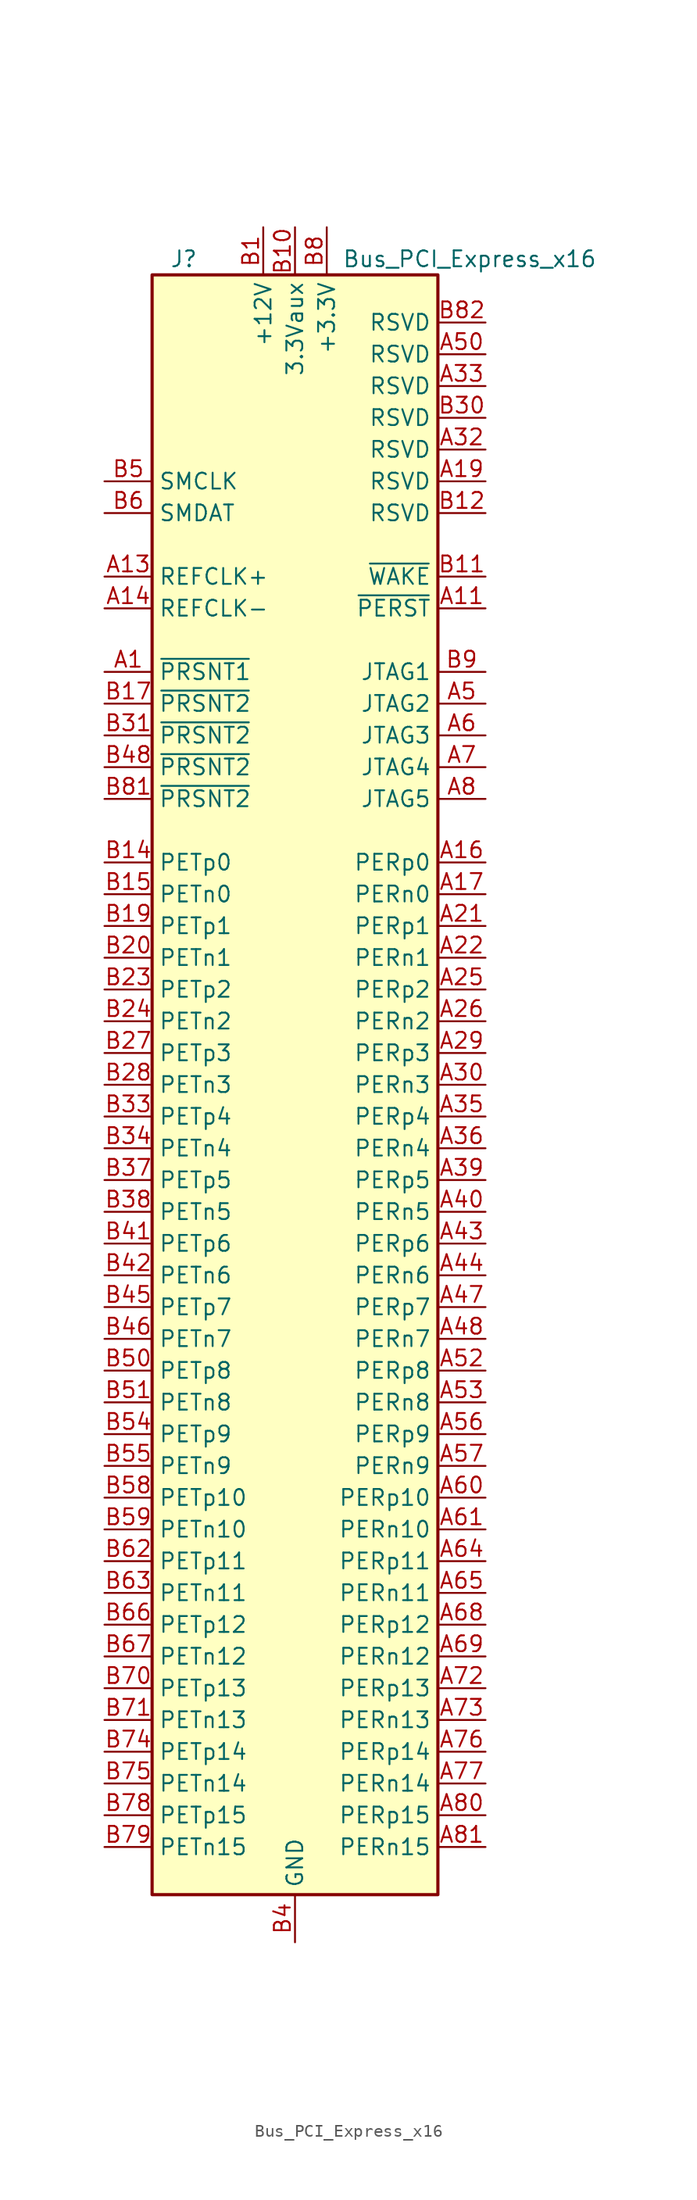
<source format=kicad_sym>
(kicad_symbol_lib
  (version 20211014)
  (generator kicad_symbol_editor)
  (symbol "Bus_PCI_Express_x16"
    (property "Reference" "J"
      (at -8.89 66.04 0)
      (effects (font (size 1.27 1.27))))
    (property "Value" "Bus_PCI_Express_x16"
      (at 13.97 66.04 0)
      (effects (font (size 1.27 1.27))))
    (symbol "Bus_PCI_Express_x16_0_1"
      (rectangle (start -11.43 64.77) (end 11.43 -64.77) (stroke (width 0.254) (type default) (color 0 0 0 0)) (fill (type background))))
    (symbol "Bus_PCI_Express_x16_1_1"
      (pin passive line (at -15.24 33.02 0) (length 3.81) (name "~{PRSNT1}" (effects (font (size 1.27 1.27)))) (number "A1" (effects (font (size 1.27 1.27)))))
      (pin passive line (at 2.54 68.58 270) (length 3.81) hide (name "+3.3V" (effects (font (size 1.27 1.27)))) (number "A10" (effects (font (size 1.27 1.27)))))
      (pin input line (at 15.24 38.1 180) (length 3.81) (name "~{PERST}" (effects (font (size 1.27 1.27)))) (number "A11" (effects (font (size 1.27 1.27)))))
      (pin passive line (at 0 -68.58 90) (length 3.81) hide (name "GND" (effects (font (size 1.27 1.27)))) (number "A12" (effects (font (size 1.27 1.27)))))
      (pin input line (at -15.24 40.64 0) (length 3.81) (name "REFCLK+" (effects (font (size 1.27 1.27)))) (number "A13" (effects (font (size 1.27 1.27)))))
      (pin input line (at -15.24 38.1 0) (length 3.81) (name "REFCLK-" (effects (font (size 1.27 1.27)))) (number "A14" (effects (font (size 1.27 1.27)))))
      (pin passive line (at 0 -68.58 90) (length 3.81) hide (name "GND" (effects (font (size 1.27 1.27)))) (number "A15" (effects (font (size 1.27 1.27)))))
      (pin output line (at 15.24 17.78 180) (length 3.81) (name "PERp0" (effects (font (size 1.27 1.27)))) (number "A16" (effects (font (size 1.27 1.27)))))
      (pin output line (at 15.24 15.24 180) (length 3.81) (name "PERn0" (effects (font (size 1.27 1.27)))) (number "A17" (effects (font (size 1.27 1.27)))))
      (pin passive line (at 0 -68.58 90) (length 3.81) hide (name "GND" (effects (font (size 1.27 1.27)))) (number "A18" (effects (font (size 1.27 1.27)))))
      (pin passive line (at 15.24 48.26 180) (length 3.81) (name "RSVD" (effects (font (size 1.27 1.27)))) (number "A19" (effects (font (size 1.27 1.27)))))
      (pin passive line (at -2.54 68.58 270) (length 3.81) hide (name "+12V" (effects (font (size 1.27 1.27)))) (number "A2" (effects (font (size 1.27 1.27)))))
      (pin passive line (at 0 -68.58 90) (length 3.81) hide (name "GND" (effects (font (size 1.27 1.27)))) (number "A20" (effects (font (size 1.27 1.27)))))
      (pin output line (at 15.24 12.7 180) (length 3.81) (name "PERp1" (effects (font (size 1.27 1.27)))) (number "A21" (effects (font (size 1.27 1.27)))))
      (pin output line (at 15.24 10.16 180) (length 3.81) (name "PERn1" (effects (font (size 1.27 1.27)))) (number "A22" (effects (font (size 1.27 1.27)))))
      (pin passive line (at 0 -68.58 90) (length 3.81) hide (name "GND" (effects (font (size 1.27 1.27)))) (number "A23" (effects (font (size 1.27 1.27)))))
      (pin passive line (at 0 -68.58 90) (length 3.81) hide (name "GND" (effects (font (size 1.27 1.27)))) (number "A24" (effects (font (size 1.27 1.27)))))
      (pin output line (at 15.24 7.62 180) (length 3.81) (name "PERp2" (effects (font (size 1.27 1.27)))) (number "A25" (effects (font (size 1.27 1.27)))))
      (pin output line (at 15.24 5.08 180) (length 3.81) (name "PERn2" (effects (font (size 1.27 1.27)))) (number "A26" (effects (font (size 1.27 1.27)))))
      (pin passive line (at 0 -68.58 90) (length 3.81) hide (name "GND" (effects (font (size 1.27 1.27)))) (number "A27" (effects (font (size 1.27 1.27)))))
      (pin passive line (at 0 -68.58 90) (length 3.81) hide (name "GND" (effects (font (size 1.27 1.27)))) (number "A28" (effects (font (size 1.27 1.27)))))
      (pin output line (at 15.24 2.54 180) (length 3.81) (name "PERp3" (effects (font (size 1.27 1.27)))) (number "A29" (effects (font (size 1.27 1.27)))))
      (pin passive line (at -2.54 68.58 270) (length 3.81) hide (name "+12V" (effects (font (size 1.27 1.27)))) (number "A3" (effects (font (size 1.27 1.27)))))
      (pin output line (at 15.24 0 180) (length 3.81) (name "PERn3" (effects (font (size 1.27 1.27)))) (number "A30" (effects (font (size 1.27 1.27)))))
      (pin passive line (at 0 -68.58 90) (length 3.81) hide (name "GND" (effects (font (size 1.27 1.27)))) (number "A31" (effects (font (size 1.27 1.27)))))
      (pin passive line (at 15.24 50.8 180) (length 3.81) (name "RSVD" (effects (font (size 1.27 1.27)))) (number "A32" (effects (font (size 1.27 1.27)))))
      (pin passive line (at 15.24 55.88 180) (length 3.81) (name "RSVD" (effects (font (size 1.27 1.27)))) (number "A33" (effects (font (size 1.27 1.27)))))
      (pin passive line (at 0 -68.58 90) (length 3.81) hide (name "GND" (effects (font (size 1.27 1.27)))) (number "A34" (effects (font (size 1.27 1.27)))))
      (pin output line (at 15.24 -2.54 180) (length 3.81) (name "PERp4" (effects (font (size 1.27 1.27)))) (number "A35" (effects (font (size 1.27 1.27)))))
      (pin output line (at 15.24 -5.08 180) (length 3.81) (name "PERn4" (effects (font (size 1.27 1.27)))) (number "A36" (effects (font (size 1.27 1.27)))))
      (pin passive line (at 0 -68.58 90) (length 3.81) hide (name "GND" (effects (font (size 1.27 1.27)))) (number "A37" (effects (font (size 1.27 1.27)))))
      (pin passive line (at 0 -68.58 90) (length 3.81) hide (name "GND" (effects (font (size 1.27 1.27)))) (number "A38" (effects (font (size 1.27 1.27)))))
      (pin output line (at 15.24 -7.62 180) (length 3.81) (name "PERp5" (effects (font (size 1.27 1.27)))) (number "A39" (effects (font (size 1.27 1.27)))))
      (pin passive line (at 0 -68.58 90) (length 3.81) hide (name "GND" (effects (font (size 1.27 1.27)))) (number "A4" (effects (font (size 1.27 1.27)))))
      (pin output line (at 15.24 -10.16 180) (length 3.81) (name "PERn5" (effects (font (size 1.27 1.27)))) (number "A40" (effects (font (size 1.27 1.27)))))
      (pin passive line (at 0 -68.58 90) (length 3.81) hide (name "GND" (effects (font (size 1.27 1.27)))) (number "A41" (effects (font (size 1.27 1.27)))))
      (pin passive line (at 0 -68.58 90) (length 3.81) hide (name "GND" (effects (font (size 1.27 1.27)))) (number "A42" (effects (font (size 1.27 1.27)))))
      (pin output line (at 15.24 -12.7 180) (length 3.81) (name "PERp6" (effects (font (size 1.27 1.27)))) (number "A43" (effects (font (size 1.27 1.27)))))
      (pin output line (at 15.24 -15.24 180) (length 3.81) (name "PERn6" (effects (font (size 1.27 1.27)))) (number "A44" (effects (font (size 1.27 1.27)))))
      (pin passive line (at 0 -68.58 90) (length 3.81) hide (name "GND" (effects (font (size 1.27 1.27)))) (number "A45" (effects (font (size 1.27 1.27)))))
      (pin passive line (at 0 -68.58 90) (length 3.81) hide (name "GND" (effects (font (size 1.27 1.27)))) (number "A46" (effects (font (size 1.27 1.27)))))
      (pin output line (at 15.24 -17.78 180) (length 3.81) (name "PERp7" (effects (font (size 1.27 1.27)))) (number "A47" (effects (font (size 1.27 1.27)))))
      (pin output line (at 15.24 -20.32 180) (length 3.81) (name "PERn7" (effects (font (size 1.27 1.27)))) (number "A48" (effects (font (size 1.27 1.27)))))
      (pin passive line (at 0 -68.58 90) (length 3.81) hide (name "GND" (effects (font (size 1.27 1.27)))) (number "A49" (effects (font (size 1.27 1.27)))))
      (pin input line (at 15.24 30.48 180) (length 3.81) (name "JTAG2" (effects (font (size 1.27 1.27)))) (number "A5" (effects (font (size 1.27 1.27)))))
      (pin passive line (at 15.24 58.42 180) (length 3.81) (name "RSVD" (effects (font (size 1.27 1.27)))) (number "A50" (effects (font (size 1.27 1.27)))))
      (pin passive line (at 0 -68.58 90) (length 3.81) hide (name "GND" (effects (font (size 1.27 1.27)))) (number "A51" (effects (font (size 1.27 1.27)))))
      (pin output line (at 15.24 -22.86 180) (length 3.81) (name "PERp8" (effects (font (size 1.27 1.27)))) (number "A52" (effects (font (size 1.27 1.27)))))
      (pin output line (at 15.24 -25.4 180) (length 3.81) (name "PERn8" (effects (font (size 1.27 1.27)))) (number "A53" (effects (font (size 1.27 1.27)))))
      (pin passive line (at 0 -68.58 90) (length 3.81) hide (name "GND" (effects (font (size 1.27 1.27)))) (number "A54" (effects (font (size 1.27 1.27)))))
      (pin passive line (at 0 -68.58 90) (length 3.81) hide (name "GND" (effects (font (size 1.27 1.27)))) (number "A55" (effects (font (size 1.27 1.27)))))
      (pin output line (at 15.24 -27.94 180) (length 3.81) (name "PERp9" (effects (font (size 1.27 1.27)))) (number "A56" (effects (font (size 1.27 1.27)))))
      (pin output line (at 15.24 -30.48 180) (length 3.81) (name "PERn9" (effects (font (size 1.27 1.27)))) (number "A57" (effects (font (size 1.27 1.27)))))
      (pin passive line (at 0 -68.58 90) (length 3.81) hide (name "GND" (effects (font (size 1.27 1.27)))) (number "A58" (effects (font (size 1.27 1.27)))))
      (pin passive line (at 0 -68.58 90) (length 3.81) hide (name "GND" (effects (font (size 1.27 1.27)))) (number "A59" (effects (font (size 1.27 1.27)))))
      (pin input line (at 15.24 27.94 180) (length 3.81) (name "JTAG3" (effects (font (size 1.27 1.27)))) (number "A6" (effects (font (size 1.27 1.27)))))
      (pin output line (at 15.24 -33.02 180) (length 3.81) (name "PERp10" (effects (font (size 1.27 1.27)))) (number "A60" (effects (font (size 1.27 1.27)))))
      (pin output line (at 15.24 -35.56 180) (length 3.81) (name "PERn10" (effects (font (size 1.27 1.27)))) (number "A61" (effects (font (size 1.27 1.27)))))
      (pin passive line (at 0 -68.58 90) (length 3.81) hide (name "GND" (effects (font (size 1.27 1.27)))) (number "A62" (effects (font (size 1.27 1.27)))))
      (pin passive line (at 0 -68.58 90) (length 3.81) hide (name "GND" (effects (font (size 1.27 1.27)))) (number "A63" (effects (font (size 1.27 1.27)))))
      (pin output line (at 15.24 -38.1 180) (length 3.81) (name "PERp11" (effects (font (size 1.27 1.27)))) (number "A64" (effects (font (size 1.27 1.27)))))
      (pin output line (at 15.24 -40.64 180) (length 3.81) (name "PERn11" (effects (font (size 1.27 1.27)))) (number "A65" (effects (font (size 1.27 1.27)))))
      (pin passive line (at 0 -68.58 90) (length 3.81) hide (name "GND" (effects (font (size 1.27 1.27)))) (number "A66" (effects (font (size 1.27 1.27)))))
      (pin passive line (at 0 -68.58 90) (length 3.81) hide (name "GND" (effects (font (size 1.27 1.27)))) (number "A67" (effects (font (size 1.27 1.27)))))
      (pin output line (at 15.24 -43.18 180) (length 3.81) (name "PERp12" (effects (font (size 1.27 1.27)))) (number "A68" (effects (font (size 1.27 1.27)))))
      (pin output line (at 15.24 -45.72 180) (length 3.81) (name "PERn12" (effects (font (size 1.27 1.27)))) (number "A69" (effects (font (size 1.27 1.27)))))
      (pin output line (at 15.24 25.4 180) (length 3.81) (name "JTAG4" (effects (font (size 1.27 1.27)))) (number "A7" (effects (font (size 1.27 1.27)))))
      (pin passive line (at 0 -68.58 90) (length 3.81) hide (name "GND" (effects (font (size 1.27 1.27)))) (number "A70" (effects (font (size 1.27 1.27)))))
      (pin passive line (at 0 -68.58 90) (length 3.81) hide (name "GND" (effects (font (size 1.27 1.27)))) (number "A71" (effects (font (size 1.27 1.27)))))
      (pin output line (at 15.24 -48.26 180) (length 3.81) (name "PERp13" (effects (font (size 1.27 1.27)))) (number "A72" (effects (font (size 1.27 1.27)))))
      (pin output line (at 15.24 -50.8 180) (length 3.81) (name "PERn13" (effects (font (size 1.27 1.27)))) (number "A73" (effects (font (size 1.27 1.27)))))
      (pin passive line (at 0 -68.58 90) (length 3.81) hide (name "GND" (effects (font (size 1.27 1.27)))) (number "A74" (effects (font (size 1.27 1.27)))))
      (pin passive line (at 0 -68.58 90) (length 3.81) hide (name "GND" (effects (font (size 1.27 1.27)))) (number "A75" (effects (font (size 1.27 1.27)))))
      (pin output line (at 15.24 -53.34 180) (length 3.81) (name "PERp14" (effects (font (size 1.27 1.27)))) (number "A76" (effects (font (size 1.27 1.27)))))
      (pin output line (at 15.24 -55.88 180) (length 3.81) (name "PERn14" (effects (font (size 1.27 1.27)))) (number "A77" (effects (font (size 1.27 1.27)))))
      (pin passive line (at 0 -68.58 90) (length 3.81) hide (name "GND" (effects (font (size 1.27 1.27)))) (number "A78" (effects (font (size 1.27 1.27)))))
      (pin passive line (at 0 -68.58 90) (length 3.81) hide (name "GND" (effects (font (size 1.27 1.27)))) (number "A79" (effects (font (size 1.27 1.27)))))
      (pin input line (at 15.24 22.86 180) (length 3.81) (name "JTAG5" (effects (font (size 1.27 1.27)))) (number "A8" (effects (font (size 1.27 1.27)))))
      (pin output line (at 15.24 -58.42 180) (length 3.81) (name "PERp15" (effects (font (size 1.27 1.27)))) (number "A80" (effects (font (size 1.27 1.27)))))
      (pin output line (at 15.24 -60.96 180) (length 3.81) (name "PERn15" (effects (font (size 1.27 1.27)))) (number "A81" (effects (font (size 1.27 1.27)))))
      (pin passive line (at 0 -68.58 90) (length 3.81) hide (name "GND" (effects (font (size 1.27 1.27)))) (number "A82" (effects (font (size 1.27 1.27)))))
      (pin passive line (at 2.54 68.58 270) (length 3.81) hide (name "+3.3V" (effects (font (size 1.27 1.27)))) (number "A9" (effects (font (size 1.27 1.27)))))
      (pin power_in line (at -2.54 68.58 270) (length 3.81) (name "+12V" (effects (font (size 1.27 1.27)))) (number "B1" (effects (font (size 1.27 1.27)))))
      (pin power_in line (at 0 68.58 270) (length 3.81) (name "3.3Vaux" (effects (font (size 1.27 1.27)))) (number "B10" (effects (font (size 1.27 1.27)))))
      (pin open_collector line (at 15.24 40.64 180) (length 3.81) (name "~{WAKE}" (effects (font (size 1.27 1.27)))) (number "B11" (effects (font (size 1.27 1.27)))))
      (pin passive line (at 15.24 45.72 180) (length 3.81) (name "RSVD" (effects (font (size 1.27 1.27)))) (number "B12" (effects (font (size 1.27 1.27)))))
      (pin passive line (at 0 -68.58 90) (length 3.81) hide (name "GND" (effects (font (size 1.27 1.27)))) (number "B13" (effects (font (size 1.27 1.27)))))
      (pin input line (at -15.24 17.78 0) (length 3.81) (name "PETp0" (effects (font (size 1.27 1.27)))) (number "B14" (effects (font (size 1.27 1.27)))))
      (pin input line (at -15.24 15.24 0) (length 3.81) (name "PETn0" (effects (font (size 1.27 1.27)))) (number "B15" (effects (font (size 1.27 1.27)))))
      (pin passive line (at 0 -68.58 90) (length 3.81) hide (name "GND" (effects (font (size 1.27 1.27)))) (number "B16" (effects (font (size 1.27 1.27)))))
      (pin passive line (at -15.24 30.48 0) (length 3.81) (name "~{PRSNT2}" (effects (font (size 1.27 1.27)))) (number "B17" (effects (font (size 1.27 1.27)))))
      (pin passive line (at 0 -68.58 90) (length 3.81) hide (name "GND" (effects (font (size 1.27 1.27)))) (number "B18" (effects (font (size 1.27 1.27)))))
      (pin input line (at -15.24 12.7 0) (length 3.81) (name "PETp1" (effects (font (size 1.27 1.27)))) (number "B19" (effects (font (size 1.27 1.27)))))
      (pin passive line (at -2.54 68.58 270) (length 3.81) hide (name "+12V" (effects (font (size 1.27 1.27)))) (number "B2" (effects (font (size 1.27 1.27)))))
      (pin input line (at -15.24 10.16 0) (length 3.81) (name "PETn1" (effects (font (size 1.27 1.27)))) (number "B20" (effects (font (size 1.27 1.27)))))
      (pin passive line (at 0 -68.58 90) (length 3.81) hide (name "GND" (effects (font (size 1.27 1.27)))) (number "B21" (effects (font (size 1.27 1.27)))))
      (pin passive line (at 0 -68.58 90) (length 3.81) hide (name "GND" (effects (font (size 1.27 1.27)))) (number "B22" (effects (font (size 1.27 1.27)))))
      (pin input line (at -15.24 7.62 0) (length 3.81) (name "PETp2" (effects (font (size 1.27 1.27)))) (number "B23" (effects (font (size 1.27 1.27)))))
      (pin input line (at -15.24 5.08 0) (length 3.81) (name "PETn2" (effects (font (size 1.27 1.27)))) (number "B24" (effects (font (size 1.27 1.27)))))
      (pin passive line (at 0 -68.58 90) (length 3.81) hide (name "GND" (effects (font (size 1.27 1.27)))) (number "B25" (effects (font (size 1.27 1.27)))))
      (pin passive line (at 0 -68.58 90) (length 3.81) hide (name "GND" (effects (font (size 1.27 1.27)))) (number "B26" (effects (font (size 1.27 1.27)))))
      (pin input line (at -15.24 2.54 0) (length 3.81) (name "PETp3" (effects (font (size 1.27 1.27)))) (number "B27" (effects (font (size 1.27 1.27)))))
      (pin input line (at -15.24 0 0) (length 3.81) (name "PETn3" (effects (font (size 1.27 1.27)))) (number "B28" (effects (font (size 1.27 1.27)))))
      (pin passive line (at 0 -68.58 90) (length 3.81) hide (name "GND" (effects (font (size 1.27 1.27)))) (number "B29" (effects (font (size 1.27 1.27)))))
      (pin passive line (at -2.54 68.58 270) (length 3.81) hide (name "+12V" (effects (font (size 1.27 1.27)))) (number "B3" (effects (font (size 1.27 1.27)))))
      (pin passive line (at 15.24 53.34 180) (length 3.81) (name "RSVD" (effects (font (size 1.27 1.27)))) (number "B30" (effects (font (size 1.27 1.27)))))
      (pin passive line (at -15.24 27.94 0) (length 3.81) (name "~{PRSNT2}" (effects (font (size 1.27 1.27)))) (number "B31" (effects (font (size 1.27 1.27)))))
      (pin passive line (at 0 -68.58 90) (length 3.81) hide (name "GND" (effects (font (size 1.27 1.27)))) (number "B32" (effects (font (size 1.27 1.27)))))
      (pin input line (at -15.24 -2.54 0) (length 3.81) (name "PETp4" (effects (font (size 1.27 1.27)))) (number "B33" (effects (font (size 1.27 1.27)))))
      (pin input line (at -15.24 -5.08 0) (length 3.81) (name "PETn4" (effects (font (size 1.27 1.27)))) (number "B34" (effects (font (size 1.27 1.27)))))
      (pin passive line (at 0 -68.58 90) (length 3.81) hide (name "GND" (effects (font (size 1.27 1.27)))) (number "B35" (effects (font (size 1.27 1.27)))))
      (pin passive line (at 0 -68.58 90) (length 3.81) hide (name "GND" (effects (font (size 1.27 1.27)))) (number "B36" (effects (font (size 1.27 1.27)))))
      (pin input line (at -15.24 -7.62 0) (length 3.81) (name "PETp5" (effects (font (size 1.27 1.27)))) (number "B37" (effects (font (size 1.27 1.27)))))
      (pin input line (at -15.24 -10.16 0) (length 3.81) (name "PETn5" (effects (font (size 1.27 1.27)))) (number "B38" (effects (font (size 1.27 1.27)))))
      (pin passive line (at 0 -68.58 90) (length 3.81) hide (name "GND" (effects (font (size 1.27 1.27)))) (number "B39" (effects (font (size 1.27 1.27)))))
      (pin power_in line (at 0 -68.58 90) (length 3.81) (name "GND" (effects (font (size 1.27 1.27)))) (number "B4" (effects (font (size 1.27 1.27)))))
      (pin passive line (at 0 -68.58 90) (length 3.81) hide (name "GND" (effects (font (size 1.27 1.27)))) (number "B40" (effects (font (size 1.27 1.27)))))
      (pin input line (at -15.24 -12.7 0) (length 3.81) (name "PETp6" (effects (font (size 1.27 1.27)))) (number "B41" (effects (font (size 1.27 1.27)))))
      (pin input line (at -15.24 -15.24 0) (length 3.81) (name "PETn6" (effects (font (size 1.27 1.27)))) (number "B42" (effects (font (size 1.27 1.27)))))
      (pin passive line (at 0 -68.58 90) (length 3.81) hide (name "GND" (effects (font (size 1.27 1.27)))) (number "B43" (effects (font (size 1.27 1.27)))))
      (pin passive line (at 0 -68.58 90) (length 3.81) hide (name "GND" (effects (font (size 1.27 1.27)))) (number "B44" (effects (font (size 1.27 1.27)))))
      (pin input line (at -15.24 -17.78 0) (length 3.81) (name "PETp7" (effects (font (size 1.27 1.27)))) (number "B45" (effects (font (size 1.27 1.27)))))
      (pin input line (at -15.24 -20.32 0) (length 3.81) (name "PETn7" (effects (font (size 1.27 1.27)))) (number "B46" (effects (font (size 1.27 1.27)))))
      (pin passive line (at 0 -68.58 90) (length 3.81) hide (name "GND" (effects (font (size 1.27 1.27)))) (number "B47" (effects (font (size 1.27 1.27)))))
      (pin passive line (at -15.24 25.4 0) (length 3.81) (name "~{PRSNT2}" (effects (font (size 1.27 1.27)))) (number "B48" (effects (font (size 1.27 1.27)))))
      (pin passive line (at 0 -68.58 90) (length 3.81) hide (name "GND" (effects (font (size 1.27 1.27)))) (number "B49" (effects (font (size 1.27 1.27)))))
      (pin input line (at -15.24 48.26 0) (length 3.81) (name "SMCLK" (effects (font (size 1.27 1.27)))) (number "B5" (effects (font (size 1.27 1.27)))))
      (pin input line (at -15.24 -22.86 0) (length 3.81) (name "PETp8" (effects (font (size 1.27 1.27)))) (number "B50" (effects (font (size 1.27 1.27)))))
      (pin input line (at -15.24 -25.4 0) (length 3.81) (name "PETn8" (effects (font (size 1.27 1.27)))) (number "B51" (effects (font (size 1.27 1.27)))))
      (pin passive line (at 0 -68.58 90) (length 3.81) hide (name "GND" (effects (font (size 1.27 1.27)))) (number "B52" (effects (font (size 1.27 1.27)))))
      (pin passive line (at 0 -68.58 90) (length 3.81) hide (name "GND" (effects (font (size 1.27 1.27)))) (number "B53" (effects (font (size 1.27 1.27)))))
      (pin input line (at -15.24 -27.94 0) (length 3.81) (name "PETp9" (effects (font (size 1.27 1.27)))) (number "B54" (effects (font (size 1.27 1.27)))))
      (pin input line (at -15.24 -30.48 0) (length 3.81) (name "PETn9" (effects (font (size 1.27 1.27)))) (number "B55" (effects (font (size 1.27 1.27)))))
      (pin passive line (at 0 -68.58 90) (length 3.81) hide (name "GND" (effects (font (size 1.27 1.27)))) (number "B56" (effects (font (size 1.27 1.27)))))
      (pin passive line (at 0 -68.58 90) (length 3.81) hide (name "GND" (effects (font (size 1.27 1.27)))) (number "B57" (effects (font (size 1.27 1.27)))))
      (pin input line (at -15.24 -33.02 0) (length 3.81) (name "PETp10" (effects (font (size 1.27 1.27)))) (number "B58" (effects (font (size 1.27 1.27)))))
      (pin input line (at -15.24 -35.56 0) (length 3.81) (name "PETn10" (effects (font (size 1.27 1.27)))) (number "B59" (effects (font (size 1.27 1.27)))))
      (pin bidirectional line (at -15.24 45.72 0) (length 3.81) (name "SMDAT" (effects (font (size 1.27 1.27)))) (number "B6" (effects (font (size 1.27 1.27)))))
      (pin passive line (at 0 -68.58 90) (length 3.81) hide (name "GND" (effects (font (size 1.27 1.27)))) (number "B60" (effects (font (size 1.27 1.27)))))
      (pin passive line (at 0 -68.58 90) (length 3.81) hide (name "GND" (effects (font (size 1.27 1.27)))) (number "B61" (effects (font (size 1.27 1.27)))))
      (pin input line (at -15.24 -38.1 0) (length 3.81) (name "PETp11" (effects (font (size 1.27 1.27)))) (number "B62" (effects (font (size 1.27 1.27)))))
      (pin input line (at -15.24 -40.64 0) (length 3.81) (name "PETn11" (effects (font (size 1.27 1.27)))) (number "B63" (effects (font (size 1.27 1.27)))))
      (pin passive line (at 0 -68.58 90) (length 3.81) hide (name "GND" (effects (font (size 1.27 1.27)))) (number "B64" (effects (font (size 1.27 1.27)))))
      (pin passive line (at 0 -68.58 90) (length 3.81) hide (name "GND" (effects (font (size 1.27 1.27)))) (number "B65" (effects (font (size 1.27 1.27)))))
      (pin input line (at -15.24 -43.18 0) (length 3.81) (name "PETp12" (effects (font (size 1.27 1.27)))) (number "B66" (effects (font (size 1.27 1.27)))))
      (pin input line (at -15.24 -45.72 0) (length 3.81) (name "PETn12" (effects (font (size 1.27 1.27)))) (number "B67" (effects (font (size 1.27 1.27)))))
      (pin passive line (at 0 -68.58 90) (length 3.81) hide (name "GND" (effects (font (size 1.27 1.27)))) (number "B68" (effects (font (size 1.27 1.27)))))
      (pin passive line (at 0 -68.58 90) (length 3.81) hide (name "GND" (effects (font (size 1.27 1.27)))) (number "B69" (effects (font (size 1.27 1.27)))))
      (pin passive line (at 0 -68.58 90) (length 3.81) hide (name "GND" (effects (font (size 1.27 1.27)))) (number "B7" (effects (font (size 1.27 1.27)))))
      (pin input line (at -15.24 -48.26 0) (length 3.81) (name "PETp13" (effects (font (size 1.27 1.27)))) (number "B70" (effects (font (size 1.27 1.27)))))
      (pin input line (at -15.24 -50.8 0) (length 3.81) (name "PETn13" (effects (font (size 1.27 1.27)))) (number "B71" (effects (font (size 1.27 1.27)))))
      (pin passive line (at 0 -68.58 90) (length 3.81) hide (name "GND" (effects (font (size 1.27 1.27)))) (number "B72" (effects (font (size 1.27 1.27)))))
      (pin passive line (at 0 -68.58 90) (length 3.81) hide (name "GND" (effects (font (size 1.27 1.27)))) (number "B73" (effects (font (size 1.27 1.27)))))
      (pin input line (at -15.24 -53.34 0) (length 3.81) (name "PETp14" (effects (font (size 1.27 1.27)))) (number "B74" (effects (font (size 1.27 1.27)))))
      (pin input line (at -15.24 -55.88 0) (length 3.81) (name "PETn14" (effects (font (size 1.27 1.27)))) (number "B75" (effects (font (size 1.27 1.27)))))
      (pin passive line (at 0 -68.58 90) (length 3.81) hide (name "GND" (effects (font (size 1.27 1.27)))) (number "B76" (effects (font (size 1.27 1.27)))))
      (pin passive line (at 0 -68.58 90) (length 3.81) hide (name "GND" (effects (font (size 1.27 1.27)))) (number "B77" (effects (font (size 1.27 1.27)))))
      (pin input line (at -15.24 -58.42 0) (length 3.81) (name "PETp15" (effects (font (size 1.27 1.27)))) (number "B78" (effects (font (size 1.27 1.27)))))
      (pin input line (at -15.24 -60.96 0) (length 3.81) (name "PETn15" (effects (font (size 1.27 1.27)))) (number "B79" (effects (font (size 1.27 1.27)))))
      (pin power_in line (at 2.54 68.58 270) (length 3.81) (name "+3.3V" (effects (font (size 1.27 1.27)))) (number "B8" (effects (font (size 1.27 1.27)))))
      (pin passive line (at 0 -68.58 90) (length 3.81) hide (name "GND" (effects (font (size 1.27 1.27)))) (number "B80" (effects (font (size 1.27 1.27)))))
      (pin passive line (at -15.24 22.86 0) (length 3.81) (name "~{PRSNT2}" (effects (font (size 1.27 1.27)))) (number "B81" (effects (font (size 1.27 1.27)))))
      (pin passive line (at 15.24 60.96 180) (length 3.81) (name "RSVD" (effects (font (size 1.27 1.27)))) (number "B82" (effects (font (size 1.27 1.27)))))
      (pin input line (at 15.24 33.02 180) (length 3.81) (name "JTAG1" (effects (font (size 1.27 1.27)))) (number "B9" (effects (font (size 1.27 1.27))))))))
</source>
